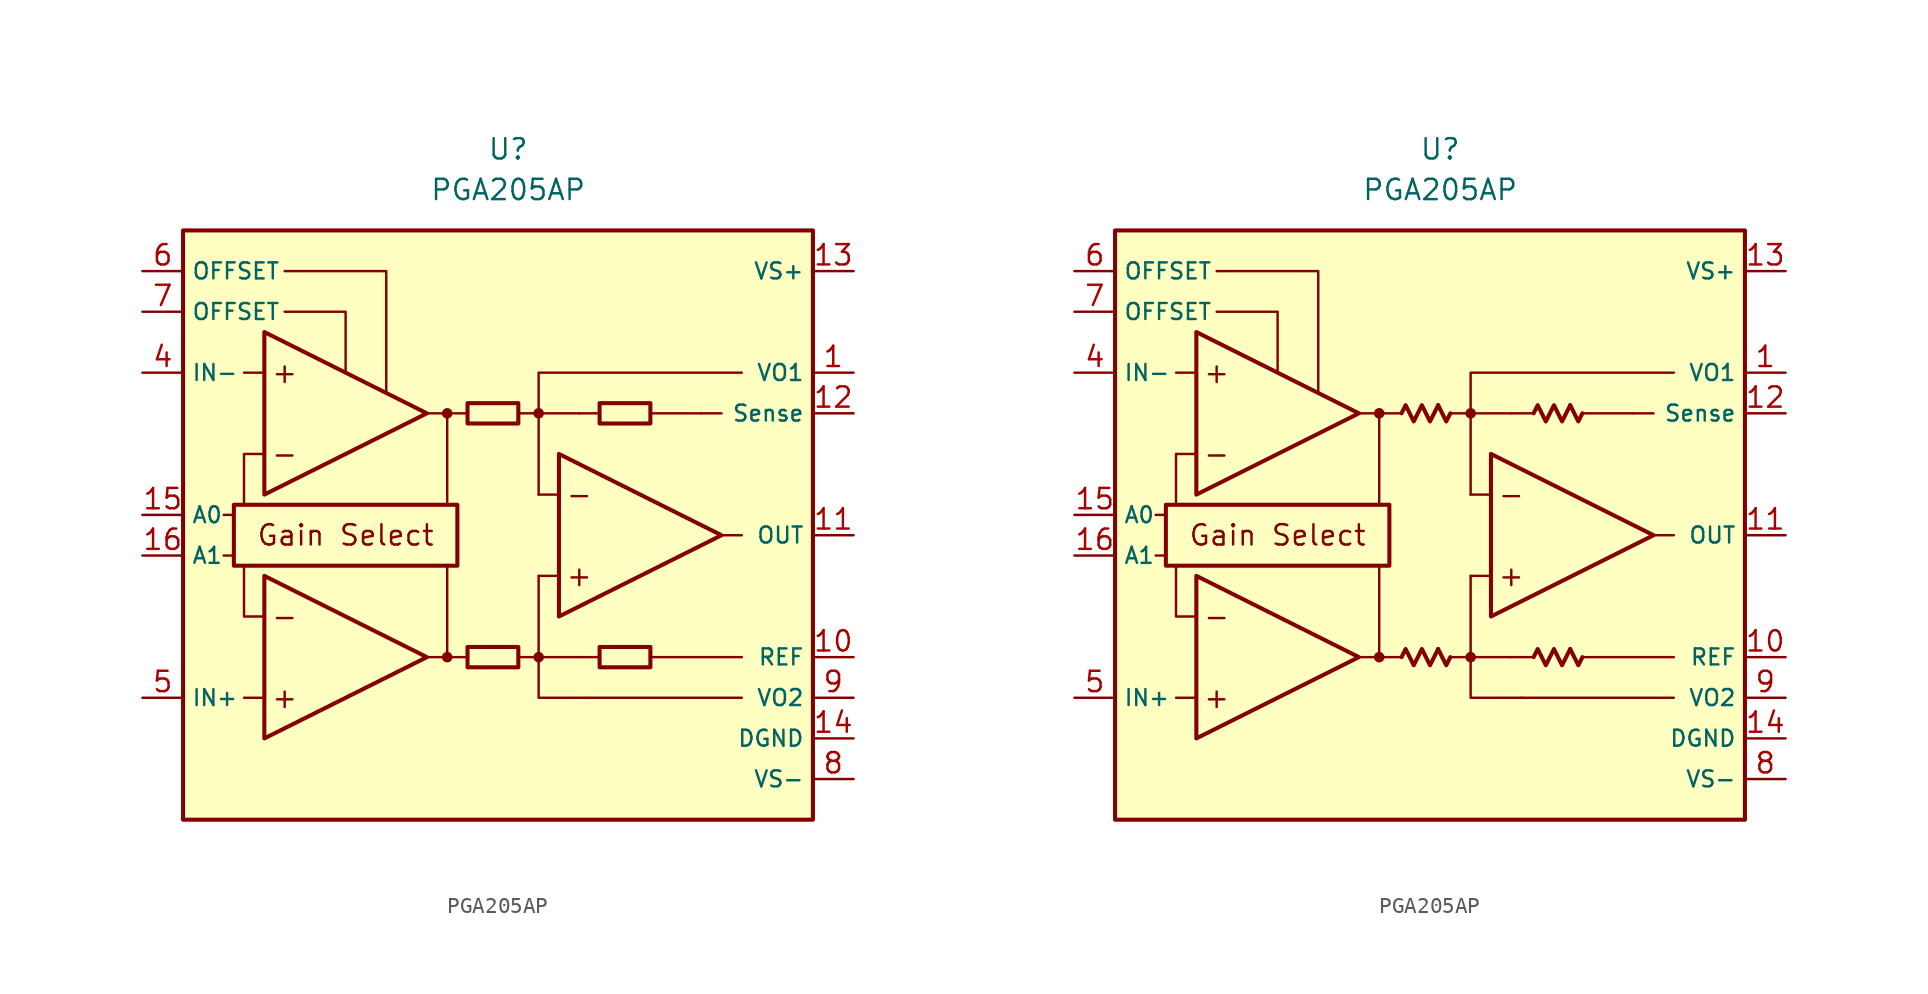
<source format=kicad_sym>
(kicad_symbol_lib
  (version 20231120)
  (generator "kicad_symbol_editor")
  (generator_version "8.0")
  (symbol "PGA205AP"
    (property "Reference" "U"
      (at 0 22.86 0)
      (effects (font (size 1.27 1.27))))
    (property "Value" "PGA205AP"
      (at 0 20.32 0)
      (effects (font (size 1.27 1.27))))
    (symbol "PGA205AP_0_0"
      (rectangle (start -20.32 17.78) (end 19.05 -19.05) (stroke (width 0.254) (type default)) (fill (type background)))
      (rectangle (start -17.145 0.635) (end -3.175 -3.175) (stroke (width 0.254) (type default)) (fill (type none)))
      (circle (center -3.81 -8.89) (radius 0.254) (stroke (width 0.152) (type default)) (fill (type outline)))
      (circle (center -3.81 6.35) (radius 0.254) (stroke (width 0.152) (type default)) (fill (type outline)))
      (polyline (pts (xy -1.27 -8.89)) (stroke (width 0.152) (type default)) (fill (type none)))
      (polyline (pts (xy -1.27 6.35)) (stroke (width 0.152) (type default)) (fill (type none)))
      (polyline (pts (xy 5.715 6.35)) (stroke (width 0.152) (type default)) (fill (type none)))
      (polyline (pts (xy -17.145 -2.54) (xy -17.78 -2.54)) (stroke (width 0.152) (type default)) (fill (type none)))
      (polyline (pts (xy -17.145 0) (xy -17.78 0)) (stroke (width 0.152) (type default)) (fill (type none)))
      (polyline (pts (xy -15.24 -11.43) (xy -16.51 -11.43)) (stroke (width 0.152) (type default)) (fill (type none)))
      (polyline (pts (xy -15.24 8.89) (xy -16.51 8.89)) (stroke (width 0.152) (type default)) (fill (type none)))
      (polyline (pts (xy -5.08 -8.89) (xy -2.54 -8.89)) (stroke (width 0.152) (type default)) (fill (type none)))
      (polyline (pts (xy -5.08 6.35) (xy -2.54 6.35)) (stroke (width 0.152) (type default)) (fill (type none)))
      (polyline (pts (xy -3.81 -8.89) (xy -3.81 -3.175)) (stroke (width 0.152) (type default)) (fill (type none)))
      (polyline (pts (xy -3.81 0.635) (xy -3.81 6.35)) (stroke (width 0.152) (type default)) (fill (type none)))
      (polyline (pts (xy 0.635 -8.89) (xy 1.905 -8.89)) (stroke (width 0.152) (type default)) (fill (type none)))
      (polyline (pts (xy 0.635 6.35) (xy 1.905 6.35)) (stroke (width 0.152) (type default)) (fill (type none)))
      (polyline (pts (xy 3.175 -3.81) (xy 1.905 -3.81)) (stroke (width 0.152) (type default)) (fill (type none)))
      (polyline (pts (xy 3.175 1.27) (xy 1.905 1.27)) (stroke (width 0.152) (type default)) (fill (type none)))
      (polyline (pts (xy 4.445 -8.89) (xy 1.905 -8.89)) (stroke (width 0.152) (type default)) (fill (type none)))
      (polyline (pts (xy 4.445 -8.89) (xy 5.715 -8.89)) (stroke (width 0.152) (type default)) (fill (type none)))
      (polyline (pts (xy 4.445 6.35) (xy 1.905 6.35)) (stroke (width 0.152) (type default)) (fill (type none)))
      (polyline (pts (xy 4.445 6.35) (xy 5.715 6.35)) (stroke (width 0.152) (type default)) (fill (type none)))
      (polyline (pts (xy 8.89 -8.89) (xy 14.605 -8.89)) (stroke (width 0.152) (type default)) (fill (type none)))
      (polyline (pts (xy 8.89 6.35) (xy 12.065 6.35)) (stroke (width 0.152) (type default)) (fill (type none)))
      (polyline (pts (xy 12.065 6.35) (xy 13.335 6.35)) (stroke (width 0.152) (type default)) (fill (type none)))
      (polyline (pts (xy 13.335 -1.27) (xy 14.605 -1.27)) (stroke (width 0.152) (type default)) (fill (type none)))
      (polyline (pts (xy 14.605 -11.43) (xy 5.08 -11.43)) (stroke (width 0.152) (type default)) (fill (type none)))
      (polyline (pts (xy -16.51 -3.175) (xy -16.51 -6.35) (xy -15.24 -6.35)) (stroke (width 0.152) (type default)) (fill (type none)))
      (polyline (pts (xy -15.24 3.81) (xy -16.51 3.81) (xy -16.51 0.635)) (stroke (width 0.152) (type default)) (fill (type none)))
      (polyline (pts (xy -13.97 12.7) (xy -10.16 12.7) (xy -10.16 8.89)) (stroke (width 0.152) (type default)) (fill (type none)))
      (polyline (pts (xy -7.62 7.62) (xy -7.62 15.24) (xy -13.97 15.24)) (stroke (width 0.152) (type default)) (fill (type none)))
      (polyline (pts (xy 1.905 -3.81) (xy 1.905 -11.43) (xy 5.08 -11.43)) (stroke (width 0.152) (type default)) (fill (type none)))
      (polyline (pts (xy 14.605 8.89) (xy 1.905 8.89) (xy 1.905 1.27)) (stroke (width 0.152) (type default)) (fill (type none)))
      (circle (center 1.905 -8.89) (radius 0.254) (stroke (width 0.152) (type default)) (fill (type outline)))
      (circle (center 1.905 6.35) (radius 0.254) (stroke (width 0.152) (type default)) (fill (type outline)))
      (text "+" (at -13.97 -11.43 0) (effects (font (size 1.27 1.27))))
      (text "+" (at -13.97 8.89 0) (effects (font (size 1.27 1.27))))
      (text "+" (at 4.445 -3.81 0) (effects (font (size 1.27 1.27))))
      (text "-" (at -13.97 -6.35 0) (effects (font (size 1.27 1.27))))
      (text "-" (at -13.97 3.81 0) (effects (font (size 1.27 1.27))))
      (text "-" (at 4.445 1.27 0) (effects (font (size 1.27 1.27))))
      (text "Gain Select" (at -10.16 -1.27 0) (effects (font (size 1.27 1.27)))))
    (symbol "PGA205AP_0_1"
      (rectangle (start -2.54 -8.255) (end 0.635 -9.525) (stroke (width 0.254) (type default)) (fill (type none)))
      (rectangle (start -2.54 6.985) (end 0.635 5.715) (stroke (width 0.254) (type default)) (fill (type none)))
      (rectangle (start 5.715 -8.255) (end 8.89 -9.525) (stroke (width 0.254) (type default)) (fill (type none)))
      (rectangle (start 5.715 6.985) (end 8.89 5.715) (stroke (width 0.254) (type default)) (fill (type none))))
    (symbol "PGA205AP_0_2"
      (polyline (pts (xy -0.127 -8.382) (xy 0.381 -9.398) (xy 0.635 -8.89)) (stroke (width 0.254) (type default)) (fill (type none)))
      (polyline (pts (xy -0.127 6.858) (xy 0.381 5.842) (xy 0.635 6.35)) (stroke (width 0.254) (type default)) (fill (type none)))
      (polyline (pts (xy 8.128 -8.382) (xy 8.636 -9.398) (xy 8.89 -8.89)) (stroke (width 0.254) (type default)) (fill (type none)))
      (polyline (pts (xy 8.128 6.858) (xy 8.636 5.842) (xy 8.89 6.35)) (stroke (width 0.254) (type default)) (fill (type none)))
      (polyline (pts (xy -2.413 -8.89) (xy -2.159 -8.382) (xy -1.651 -9.398) (xy -1.143 -8.382) (xy -0.635 -9.398) (xy -0.127 -8.382)) (stroke (width 0.254) (type default)) (fill (type none)))
      (polyline (pts (xy -2.413 6.35) (xy -2.159 6.858) (xy -1.651 5.842) (xy -1.143 6.858) (xy -0.635 5.842) (xy -0.127 6.858)) (stroke (width 0.254) (type default)) (fill (type none)))
      (polyline (pts (xy 5.842 -8.89) (xy 6.096 -8.382) (xy 6.604 -9.398) (xy 7.112 -8.382) (xy 7.62 -9.398) (xy 8.128 -8.382)) (stroke (width 0.254) (type default)) (fill (type none)))
      (polyline (pts (xy 5.842 6.35) (xy 6.096 6.858) (xy 6.604 5.842) (xy 7.112 6.858) (xy 7.62 5.842) (xy 8.128 6.858)) (stroke (width 0.254) (type default)) (fill (type none))))
    (symbol "PGA205AP_1_0"
      (polyline (pts (xy -15.24 -3.81) (xy -15.24 -13.97) (xy -5.08 -8.89) (xy -15.24 -3.81)) (stroke (width 0.254) (type default)) (fill (type background)))
      (polyline (pts (xy -15.24 11.43) (xy -15.24 1.27) (xy -5.08 6.35) (xy -15.24 11.43)) (stroke (width 0.254) (type default)) (fill (type background)))
      (polyline (pts (xy 3.175 3.81) (xy 3.175 -6.35) (xy 13.335 -1.27) (xy 3.175 3.81)) (stroke (width 0.254) (type default)) (fill (type background))))
    (symbol "PGA205AP_1_1"
      (pin passive line (at 21.59 8.89 180) (length 2.54) (name "VO1" (effects (font (size 1 1)))) (number "1" (effects (font (size 1.27 1.27)))))
      (pin passive line (at 21.59 -8.89 180) (length 2.54) (name "REF" (effects (font (size 1 1)))) (number "10" (effects (font (size 1.27 1.27)))))
      (pin output line (at 21.59 -1.27 180) (length 2.54) (name "OUT" (effects (font (size 1 1)))) (number "11" (effects (font (size 1.27 1.27)))))
      (pin passive line (at 21.59 6.35 180) (length 2.54) (name "Sense" (effects (font (size 1 1)))) (number "12" (effects (font (size 1.27 1.27)))))
      (pin power_in line (at 21.59 15.24 180) (length 2.54) (name "VS+" (effects (font (size 1 1)))) (number "13" (effects (font (size 1.27 1.27)))))
      (pin power_in line (at 21.59 -13.97 180) (length 2.54) (name "DGND" (effects (font (size 1 1)))) (number "14" (effects (font (size 1.27 1.27)))))
      (pin input line (at -22.86 0 0) (length 2.54) (name "A0" (effects (font (size 1 1)))) (number "15" (effects (font (size 1.27 1.27)))))
      (pin input line (at -22.86 -2.54 0) (length 2.54) (name "A1" (effects (font (size 1 1)))) (number "16" (effects (font (size 1.27 1.27)))))
      (pin free line (at -1.27 -12.7 0) (length 2.54) hide (name "NC" (effects (font (size 1.27 1.27)))) (number "2" (effects (font (size 1.27 1.27)))))
      (pin free line (at -1.27 -15.24 0) (length 2.54) hide (name "NC" (effects (font (size 1.27 1.27)))) (number "3" (effects (font (size 1.27 1.27)))))
      (pin input line (at -22.86 8.89 0) (length 2.54) (name "IN-" (effects (font (size 1 1)))) (number "4" (effects (font (size 1.27 1.27)))))
      (pin input line (at -22.86 -11.43 0) (length 2.54) (name "IN+" (effects (font (size 1 1)))) (number "5" (effects (font (size 1.27 1.27)))))
      (pin passive line (at -22.86 15.24 0) (length 2.54) (name "OFFSET" (effects (font (size 1 1)))) (number "6" (effects (font (size 1.27 1.27)))))
      (pin passive line (at -22.86 12.7 0) (length 2.54) (name "OFFSET" (effects (font (size 1 1)))) (number "7" (effects (font (size 1.27 1.27)))))
      (pin power_in line (at 21.59 -16.51 180) (length 2.54) (name "VS-" (effects (font (size 1 1)))) (number "8" (effects (font (size 1.27 1.27)))))
      (pin passive line (at 21.59 -11.43 180) (length 2.54) (name "VO2" (effects (font (size 1 1)))) (number "9" (effects (font (size 1.27 1.27))))))
    (symbol "PGA205AP_1_2"
      (pin passive line (at 21.59 8.89 180) (length 2.54) (name "VO1" (effects (font (size 1 1)))) (number "1" (effects (font (size 1.27 1.27)))))
      (pin passive line (at 21.59 -8.89 180) (length 2.54) (name "REF" (effects (font (size 1 1)))) (number "10" (effects (font (size 1.27 1.27)))))
      (pin output line (at 21.59 -1.27 180) (length 2.54) (name "OUT" (effects (font (size 1 1)))) (number "11" (effects (font (size 1.27 1.27)))))
      (pin passive line (at 21.59 6.35 180) (length 2.54) (name "Sense" (effects (font (size 1 1)))) (number "12" (effects (font (size 1.27 1.27)))))
      (pin power_in line (at 21.59 15.24 180) (length 2.54) (name "VS+" (effects (font (size 1 1)))) (number "13" (effects (font (size 1.27 1.27)))))
      (pin power_in line (at 21.59 -13.97 180) (length 2.54) (name "DGND" (effects (font (size 1 1)))) (number "14" (effects (font (size 1.27 1.27)))))
      (pin input line (at -22.86 0 0) (length 2.54) (name "A0" (effects (font (size 1 1)))) (number "15" (effects (font (size 1.27 1.27)))))
      (pin input line (at -22.86 -2.54 0) (length 2.54) (name "A1" (effects (font (size 1 1)))) (number "16" (effects (font (size 1.27 1.27)))))
      (pin free line (at -1.27 -12.7 0) (length 2.54) hide (name "NC" (effects (font (size 1.27 1.27)))) (number "2" (effects (font (size 1.27 1.27)))))
      (pin free line (at -1.27 -15.24 0) (length 2.54) hide (name "NC" (effects (font (size 1.27 1.27)))) (number "3" (effects (font (size 1.27 1.27)))))
      (pin input line (at -22.86 8.89 0) (length 2.54) (name "IN-" (effects (font (size 1 1)))) (number "4" (effects (font (size 1.27 1.27)))))
      (pin input line (at -22.86 -11.43 0) (length 2.54) (name "IN+" (effects (font (size 1 1)))) (number "5" (effects (font (size 1.27 1.27)))))
      (pin passive line (at -22.86 15.24 0) (length 2.54) (name "OFFSET" (effects (font (size 1 1)))) (number "6" (effects (font (size 1.27 1.27)))))
      (pin passive line (at -22.86 12.7 0) (length 2.54) (name "OFFSET" (effects (font (size 1 1)))) (number "7" (effects (font (size 1.27 1.27)))))
      (pin power_in line (at 21.59 -16.51 180) (length 2.54) (name "VS-" (effects (font (size 1 1)))) (number "8" (effects (font (size 1.27 1.27)))))
      (pin passive line (at 21.59 -11.43 180) (length 2.54) (name "VO2" (effects (font (size 1 1)))) (number "9" (effects (font (size 1.27 1.27))))))))
</source>
